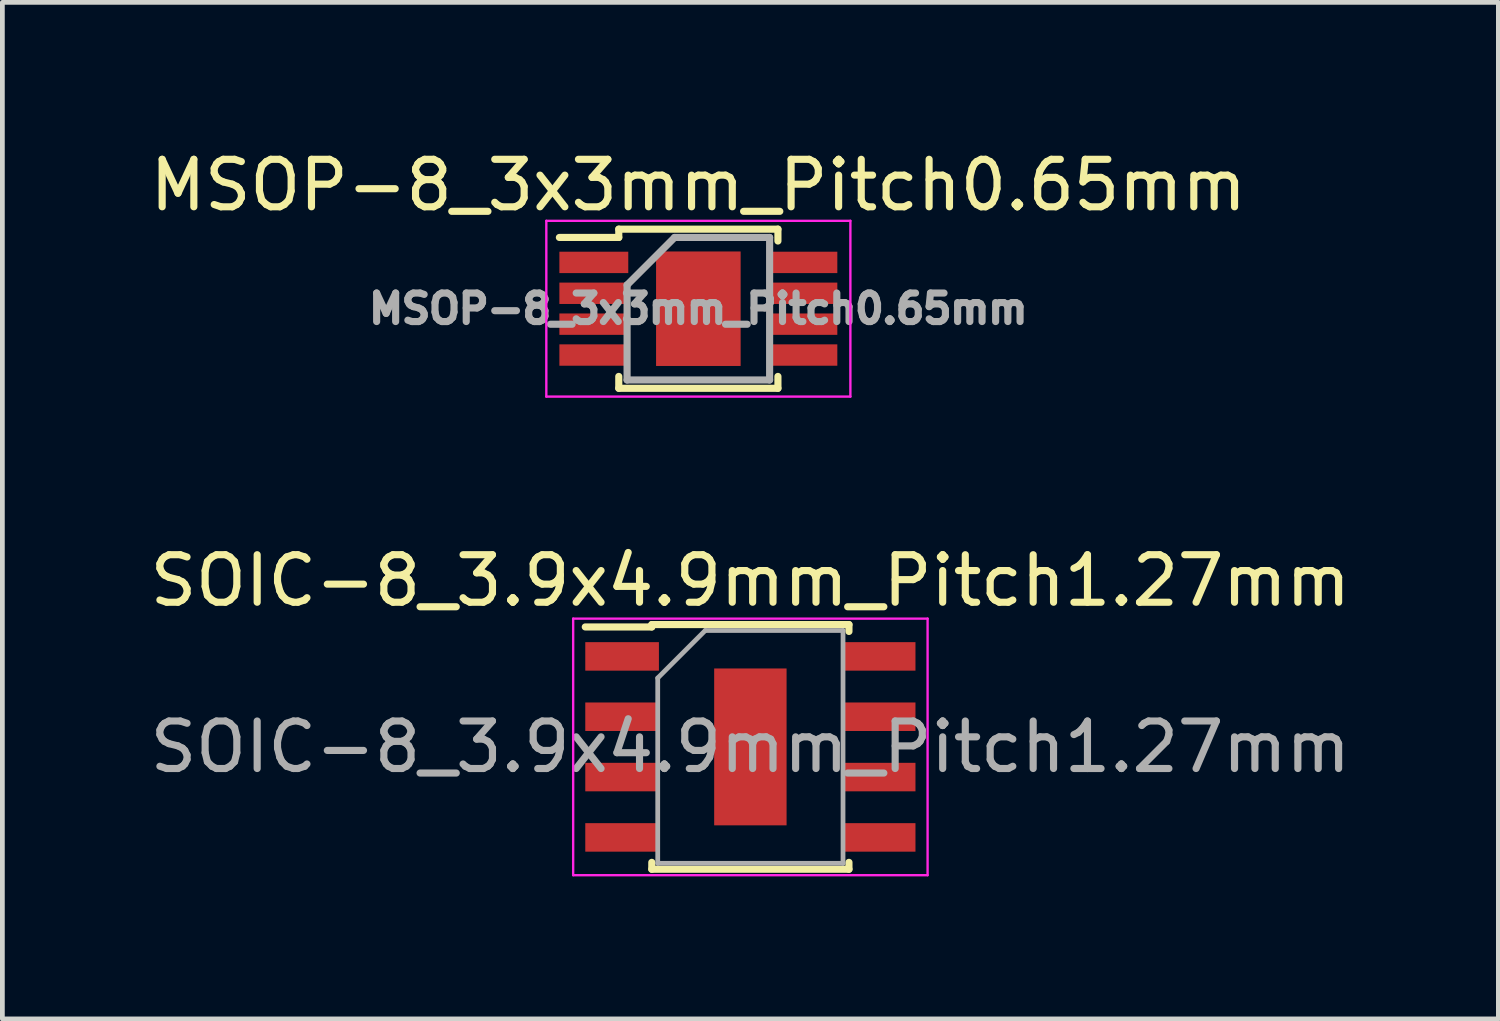
<source format=kicad_pcb>
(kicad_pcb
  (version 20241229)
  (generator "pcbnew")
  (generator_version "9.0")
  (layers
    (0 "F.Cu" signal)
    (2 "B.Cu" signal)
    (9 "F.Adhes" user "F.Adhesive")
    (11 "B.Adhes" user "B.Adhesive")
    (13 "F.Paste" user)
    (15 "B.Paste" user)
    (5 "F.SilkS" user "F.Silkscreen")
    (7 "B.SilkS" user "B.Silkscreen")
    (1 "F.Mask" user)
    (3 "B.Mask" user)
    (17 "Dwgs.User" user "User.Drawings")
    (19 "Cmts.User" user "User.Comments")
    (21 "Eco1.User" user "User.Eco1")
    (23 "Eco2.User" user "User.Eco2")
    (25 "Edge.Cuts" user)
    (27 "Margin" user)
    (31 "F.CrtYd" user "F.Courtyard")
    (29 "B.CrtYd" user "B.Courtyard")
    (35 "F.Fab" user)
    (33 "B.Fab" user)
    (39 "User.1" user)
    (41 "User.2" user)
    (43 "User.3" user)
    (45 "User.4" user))
  (footprint "SOIC-8_3.9x4.9mm_Pitch1.27mm"
    (layer "F.Cu")
    (at 12.744 12.671)
    (property "Reference" "SOIC-8_3.9x4.9mm_Pitch1.27mm" (at 0 -3.5 0) (layer "F.SilkS") (effects (font (size 1 1) (thickness 0.15))))
    (attr smd)
    (fp_line (start -2.075 -2.575) (end -2.075 -2.525) (stroke (width 0.15) (type solid)) (layer "F.SilkS"))
    (fp_line (start -2.075 -2.575) (end 2.075 -2.575) (stroke (width 0.15) (type solid)) (layer "F.SilkS"))
    (fp_line (start -2.075 -2.525) (end -3.475 -2.525) (stroke (width 0.15) (type solid)) (layer "F.SilkS"))
    (fp_line (start -2.075 2.575) (end -2.075 2.43) (stroke (width 0.15) (type solid)) (layer "F.SilkS"))
    (fp_line (start -2.075 2.575) (end 2.075 2.575) (stroke (width 0.15) (type solid)) (layer "F.SilkS"))
    (fp_line (start 2.075 -2.575) (end 2.075 -2.43) (stroke (width 0.15) (type solid)) (layer "F.SilkS"))
    (fp_line (start 2.075 2.575) (end 2.075 2.43) (stroke (width 0.15) (type solid)) (layer "F.SilkS"))
    (fp_line (start -3.73 -2.7) (end -3.73 2.7) (stroke (width 0.05) (type solid)) (layer "F.CrtYd"))
    (fp_line (start -3.73 -2.7) (end 3.73 -2.7) (stroke (width 0.05) (type solid)) (layer "F.CrtYd"))
    (fp_line (start -3.73 2.7) (end 3.73 2.7) (stroke (width 0.05) (type solid)) (layer "F.CrtYd"))
    (fp_line (start 3.73 -2.7) (end 3.73 2.7) (stroke (width 0.05) (type solid)) (layer "F.CrtYd"))
    (fp_line (start -1.95 -1.45) (end -0.95 -2.45) (stroke (width 0.1) (type solid)) (layer "F.Fab"))
    (fp_line (start -1.95 2.45) (end -1.95 -1.45) (stroke (width 0.1) (type solid)) (layer "F.Fab"))
    (fp_line (start -0.95 -2.45) (end 1.95 -2.45) (stroke (width 0.1) (type solid)) (layer "F.Fab"))
    (fp_line (start 1.95 -2.45) (end 1.95 2.45) (stroke (width 0.1) (type solid)) (layer "F.Fab"))
    (fp_line (start 1.95 2.45) (end -1.95 2.45) (stroke (width 0.1) (type solid)) (layer "F.Fab"))
    (fp_text user "${REFERENCE}" (at 0 0 0) (layer "F.Fab") (effects (font (size 1 1) (thickness 0.15))))
    (pad "1" smd rect (at -2.7 -1.905) (size 1.55 0.6) (layers "F.Cu" "F.Mask" "F.Paste"))
    (pad "2" smd rect (at -2.7 -0.635) (size 1.55 0.6) (layers "F.Cu" "F.Mask" "F.Paste"))
    (pad "3" smd rect (at -2.7 0.635) (size 1.55 0.6) (layers "F.Cu" "F.Mask" "F.Paste"))
    (pad "4" smd rect (at -2.7 1.905) (size 1.55 0.6) (layers "F.Cu" "F.Mask" "F.Paste"))
    (pad "5" smd rect (at 2.7 1.905) (size 1.55 0.6) (layers "F.Cu" "F.Mask" "F.Paste"))
    (pad "6" smd rect (at 2.7 0.635) (size 1.55 0.6) (layers "F.Cu" "F.Mask" "F.Paste"))
    (pad "7" smd rect (at 2.7 -0.635) (size 1.55 0.6) (layers "F.Cu" "F.Mask" "F.Paste"))
    (pad "8" smd rect (at 2.7 -1.905) (size 1.55 0.6) (layers "F.Cu" "F.Mask" "F.Paste"))
    (pad "9" smd rect (at 0 0) (size 1.524 3.302) (layers "F.Cu" "F.Mask" "F.Paste")))
  (footprint "MSOP-8_3x3mm_Pitch0.65mm"
    (layer "F.Cu")
    (at 11.649 3.448)
    (property "Reference" "MSOP-8_3x3mm_Pitch0.65mm" (at 0 -2.6 0) (layer "F.SilkS") (effects (font (size 1 1) (thickness 0.15))))
    (attr smd)
    (fp_line (start -1.675 -1.675) (end -1.675 -1.5) (stroke (width 0.15) (type solid)) (layer "F.SilkS"))
    (fp_line (start -1.675 -1.675) (end 1.675 -1.675) (stroke (width 0.15) (type solid)) (layer "F.SilkS"))
    (fp_line (start -1.675 -1.5) (end -2.925 -1.5) (stroke (width 0.15) (type solid)) (layer "F.SilkS"))
    (fp_line (start -1.675 1.675) (end -1.675 1.425) (stroke (width 0.15) (type solid)) (layer "F.SilkS"))
    (fp_line (start -1.675 1.675) (end 1.675 1.675) (stroke (width 0.15) (type solid)) (layer "F.SilkS"))
    (fp_line (start 1.675 -1.675) (end 1.675 -1.425) (stroke (width 0.15) (type solid)) (layer "F.SilkS"))
    (fp_line (start 1.675 1.675) (end 1.675 1.425) (stroke (width 0.15) (type solid)) (layer "F.SilkS"))
    (fp_line (start -3.2 -1.85) (end -3.2 1.85) (stroke (width 0.05) (type solid)) (layer "F.CrtYd"))
    (fp_line (start -3.2 -1.85) (end 3.2 -1.85) (stroke (width 0.05) (type solid)) (layer "F.CrtYd"))
    (fp_line (start -3.2 1.85) (end 3.2 1.85) (stroke (width 0.05) (type solid)) (layer "F.CrtYd"))
    (fp_line (start 3.2 -1.85) (end 3.2 1.85) (stroke (width 0.05) (type solid)) (layer "F.CrtYd"))
    (fp_line (start -1.5 -0.5) (end -0.5 -1.5) (stroke (width 0.15) (type solid)) (layer "F.Fab"))
    (fp_line (start -1.5 1.5) (end -1.5 -0.5) (stroke (width 0.15) (type solid)) (layer "F.Fab"))
    (fp_line (start -0.5 -1.5) (end 1.5 -1.5) (stroke (width 0.15) (type solid)) (layer "F.Fab"))
    (fp_line (start 1.5 -1.5) (end 1.5 1.5) (stroke (width 0.15) (type solid)) (layer "F.Fab"))
    (fp_line (start 1.5 1.5) (end -1.5 1.5) (stroke (width 0.15) (type solid)) (layer "F.Fab"))
    (fp_text user "${REFERENCE}" (at 0 0 0) (layer "F.Fab") (effects (font (size 0.6 0.6) (thickness 0.15))))
    (pad "1" smd rect (at -2.2 -0.975) (size 1.45 0.45) (layers "F.Cu" "F.Mask" "F.Paste"))
    (pad "2" smd rect (at -2.2 -0.325) (size 1.45 0.45) (layers "F.Cu" "F.Mask" "F.Paste"))
    (pad "3" smd rect (at -2.2 0.325) (size 1.45 0.45) (layers "F.Cu" "F.Mask" "F.Paste"))
    (pad "4" smd rect (at -2.2 0.975) (size 1.45 0.45) (layers "F.Cu" "F.Mask" "F.Paste"))
    (pad "5" smd rect (at 2.2 0.975) (size 1.45 0.45) (layers "F.Cu" "F.Mask" "F.Paste"))
    (pad "6" smd rect (at 2.2 0.325) (size 1.45 0.45) (layers "F.Cu" "F.Mask" "F.Paste"))
    (pad "7" smd rect (at 2.2 -0.325) (size 1.45 0.45) (layers "F.Cu" "F.Mask" "F.Paste"))
    (pad "8" smd rect (at 2.2 -0.975) (size 1.45 0.45) (layers "F.Cu" "F.Mask" "F.Paste"))
    (pad "~" smd rect (at 0 0) (size 1.78 2.41) (layers "F.Cu" "F.Mask" "F.Paste")))
  (gr_rect
    (start -3 -3)
    (end 28.488 18.396)
    (stroke (width 0.1) (type default))
    (fill no)
    (layer "Edge.Cuts")))
</source>
